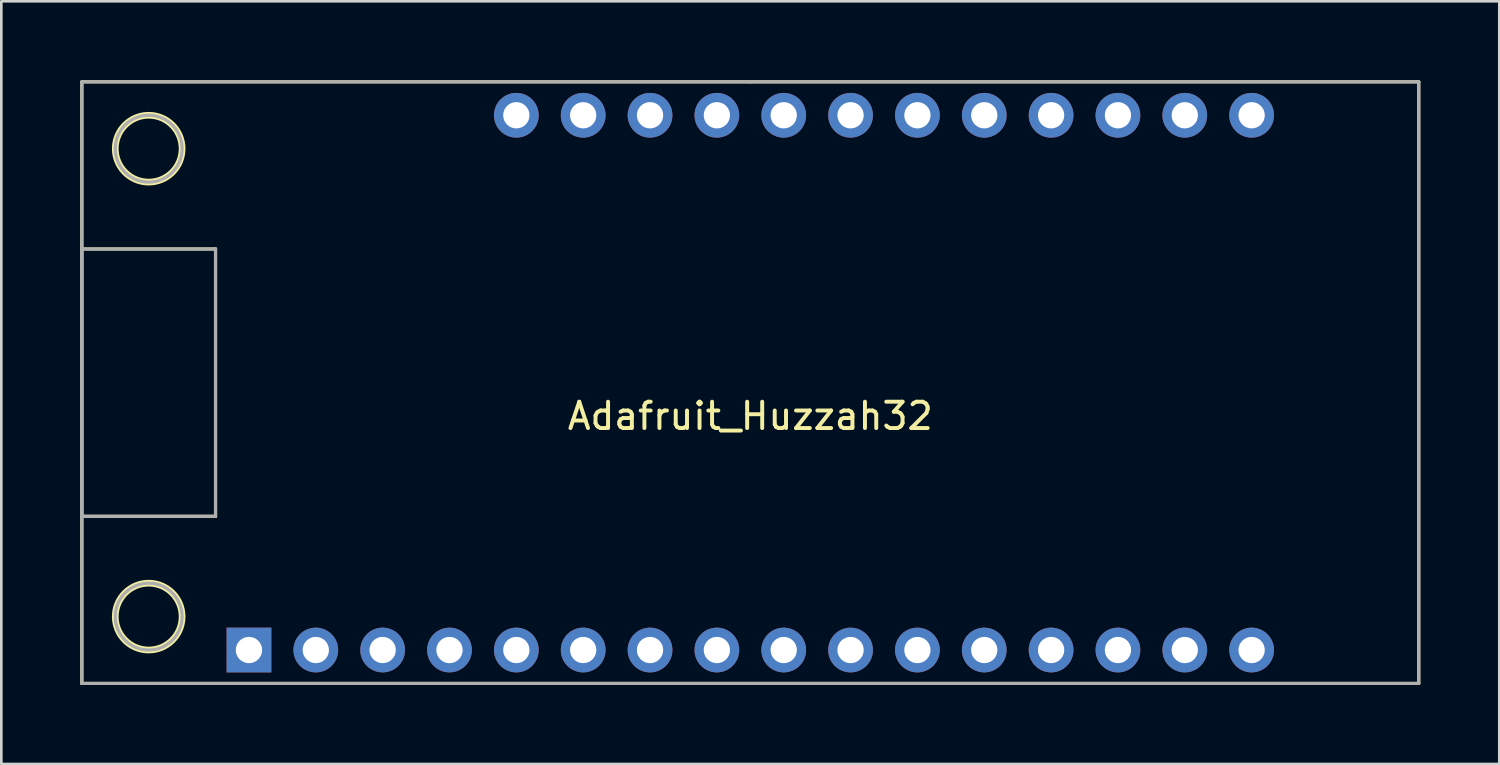
<source format=kicad_pcb>
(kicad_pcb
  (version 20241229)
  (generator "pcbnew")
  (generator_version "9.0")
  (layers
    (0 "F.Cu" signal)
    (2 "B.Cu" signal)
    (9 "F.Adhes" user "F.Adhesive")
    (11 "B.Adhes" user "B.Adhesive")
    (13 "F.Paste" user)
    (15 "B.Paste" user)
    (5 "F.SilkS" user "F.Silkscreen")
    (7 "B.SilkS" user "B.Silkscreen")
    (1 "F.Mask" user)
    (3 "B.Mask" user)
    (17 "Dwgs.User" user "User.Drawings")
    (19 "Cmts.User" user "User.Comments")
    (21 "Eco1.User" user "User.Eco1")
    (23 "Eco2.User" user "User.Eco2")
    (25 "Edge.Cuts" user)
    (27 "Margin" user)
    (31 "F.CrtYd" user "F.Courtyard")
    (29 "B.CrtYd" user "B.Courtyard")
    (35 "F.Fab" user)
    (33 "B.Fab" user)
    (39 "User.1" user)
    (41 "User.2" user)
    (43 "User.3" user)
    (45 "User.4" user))
  (footprint "Adafruit_Huzzah32"
    (layer "F.Cu")
    (at 25.46 11.49)
    (property "Reference" "Adafruit_Huzzah32" (at 0 1.27 0) (layer "F.SilkS") (effects (font (size 1 1) (thickness 0.15))))
    (attr through_hole)
    (fp_line (start -25.4 -11.43) (end -25.4 11.43) (stroke (width 0.12) (type solid)) (layer "F.SilkS"))
    (fp_line (start -25.4 -11.43) (end 25.4 -11.43) (stroke (width 0.12) (type solid)) (layer "F.SilkS"))
    (fp_line (start -25.4 -5.08) (end -20.32 -5.08) (stroke (width 0.12) (type solid)) (layer "F.SilkS"))
    (fp_line (start -25.4 11.43) (end 25.4 11.43) (stroke (width 0.12) (type solid)) (layer "F.SilkS"))
    (fp_line (start -20.32 -5.08) (end -20.32 5.08) (stroke (width 0.12) (type solid)) (layer "F.SilkS"))
    (fp_line (start -20.32 5.08) (end -25.4 5.08) (stroke (width 0.12) (type solid)) (layer "F.SilkS"))
    (fp_line (start 25.4 -11.43) (end 25.4 11.43) (stroke (width 0.12) (type solid)) (layer "F.SilkS"))
    (fp_circle (center -22.86 -8.89) (end -21.59 -8.89) (stroke (width 0.254) (type solid)) (fill no) (layer "F.SilkS"))
    (fp_circle (center -22.86 8.89) (end -21.59 8.89) (stroke (width 0.254) (type solid)) (fill no) (layer "F.SilkS"))
    (fp_line (start -25.4 -11.43) (end 0 -11.43) (stroke (width 0.12) (type solid)) (layer "F.Fab"))
    (fp_line (start -25.4 -5.08) (end -20.32 -5.08) (stroke (width 0.12) (type solid)) (layer "F.Fab"))
    (fp_line (start -25.4 5.08) (end -25.4 -5.08) (stroke (width 0.12) (type solid)) (layer "F.Fab"))
    (fp_line (start -25.4 11.43) (end -25.4 -11.43) (stroke (width 0.12) (type solid)) (layer "F.Fab"))
    (fp_line (start -20.32 -5.08) (end -20.32 5.08) (stroke (width 0.12) (type solid)) (layer "F.Fab"))
    (fp_line (start -20.32 5.08) (end -25.4 5.08) (stroke (width 0.12) (type solid)) (layer "F.Fab"))
    (fp_line (start 0 -11.43) (end 25.4 -11.43) (stroke (width 0.12) (type solid)) (layer "F.Fab"))
    (fp_line (start 25.4 -11.43) (end 25.4 11.43) (stroke (width 0.12) (type solid)) (layer "F.Fab"))
    (fp_line (start 25.4 11.43) (end -25.4 11.43) (stroke (width 0.12) (type solid)) (layer "F.Fab"))
    (fp_circle (center -22.86 -8.89) (end -21.59 -8.89) (stroke (width 0.12) (type solid)) (fill no) (layer "F.Fab"))
    (fp_circle (center -22.86 8.89) (end -21.59 8.89) (stroke (width 0.12) (type solid)) (fill no) (layer "F.Fab"))
    (pad "1" thru_hole rect (at -19.05 10.16) (size 1.7 1.7) (drill 1) (layers "*.Cu" "*.Mask"))
    (pad "2" thru_hole circle (at -16.51 10.16) (size 1.7 1.7) (drill 1) (layers "*.Cu" "*.Mask"))
    (pad "3" thru_hole circle (at -13.97 10.16) (size 1.7 1.7) (drill 1) (layers "*.Cu" "*.Mask"))
    (pad "4" thru_hole circle (at -11.43 10.16) (size 1.7 1.7) (drill 1) (layers "*.Cu" "*.Mask"))
    (pad "5" thru_hole circle (at -8.89 10.16) (size 1.7 1.7) (drill 1) (layers "*.Cu" "*.Mask"))
    (pad "6" thru_hole circle (at -6.35 10.16) (size 1.7 1.7) (drill 1) (layers "*.Cu" "*.Mask"))
    (pad "7" thru_hole circle (at -3.81 10.16) (size 1.7 1.7) (drill 1) (layers "*.Cu" "*.Mask"))
    (pad "8" thru_hole circle (at -1.27 10.16) (size 1.7 1.7) (drill 1) (layers "*.Cu" "*.Mask"))
    (pad "9" thru_hole circle (at 1.27 10.16) (size 1.7 1.7) (drill 1) (layers "*.Cu" "*.Mask"))
    (pad "10" thru_hole circle (at 3.81 10.16) (size 1.7 1.7) (drill 1) (layers "*.Cu" "*.Mask"))
    (pad "11" thru_hole circle (at 6.35 10.16) (size 1.7 1.7) (drill 1) (layers "*.Cu" "*.Mask"))
    (pad "12" thru_hole circle (at 8.89 10.16) (size 1.7 1.7) (drill 1) (layers "*.Cu" "*.Mask"))
    (pad "13" thru_hole circle (at 11.43 10.16) (size 1.7 1.7) (drill 1) (layers "*.Cu" "*.Mask"))
    (pad "14" thru_hole circle (at 13.97 10.16) (size 1.7 1.7) (drill 1) (layers "*.Cu" "*.Mask"))
    (pad "15" thru_hole circle (at 16.51 10.16) (size 1.7 1.7) (drill 1) (layers "*.Cu" "*.Mask"))
    (pad "16" thru_hole circle (at 19.05 10.16) (size 1.7 1.7) (drill 1) (layers "*.Cu" "*.Mask"))
    (pad "17" thru_hole circle (at 19.05 -10.16) (size 1.7 1.7) (drill 1) (layers "*.Cu" "*.Mask"))
    (pad "18" thru_hole circle (at 16.51 -10.16) (size 1.7 1.7) (drill 1) (layers "*.Cu" "*.Mask"))
    (pad "19" thru_hole circle (at 13.97 -10.16) (size 1.7 1.7) (drill 1) (layers "*.Cu" "*.Mask"))
    (pad "20" thru_hole circle (at 11.43 -10.16) (size 1.7 1.7) (drill 1) (layers "*.Cu" "*.Mask"))
    (pad "21" thru_hole circle (at 8.89 -10.16) (size 1.7 1.7) (drill 1) (layers "*.Cu" "*.Mask"))
    (pad "22" thru_hole circle (at 6.35 -10.16) (size 1.7 1.7) (drill 1) (layers "*.Cu" "*.Mask"))
    (pad "23" thru_hole circle (at 3.81 -10.16) (size 1.7 1.7) (drill 1) (layers "*.Cu" "*.Mask"))
    (pad "24" thru_hole circle (at 1.27 -10.16) (size 1.7 1.7) (drill 1) (layers "*.Cu" "*.Mask"))
    (pad "25" thru_hole circle (at -1.27 -10.16) (size 1.7 1.7) (drill 1) (layers "*.Cu" "*.Mask"))
    (pad "26" thru_hole circle (at -3.81 -10.16) (size 1.7 1.7) (drill 1) (layers "*.Cu" "*.Mask"))
    (pad "27" thru_hole circle (at -6.35 -10.16) (size 1.7 1.7) (drill 1) (layers "*.Cu" "*.Mask"))
    (pad "28" thru_hole circle (at -8.89 -10.16) (size 1.7 1.7) (drill 1) (layers "*.Cu" "*.Mask")))
  (gr_rect
    (start -3 -3)
    (end 53.92 25.98)
    (stroke (width 0.1) (type default))
    (fill no)
    (layer "Edge.Cuts")))
</source>
